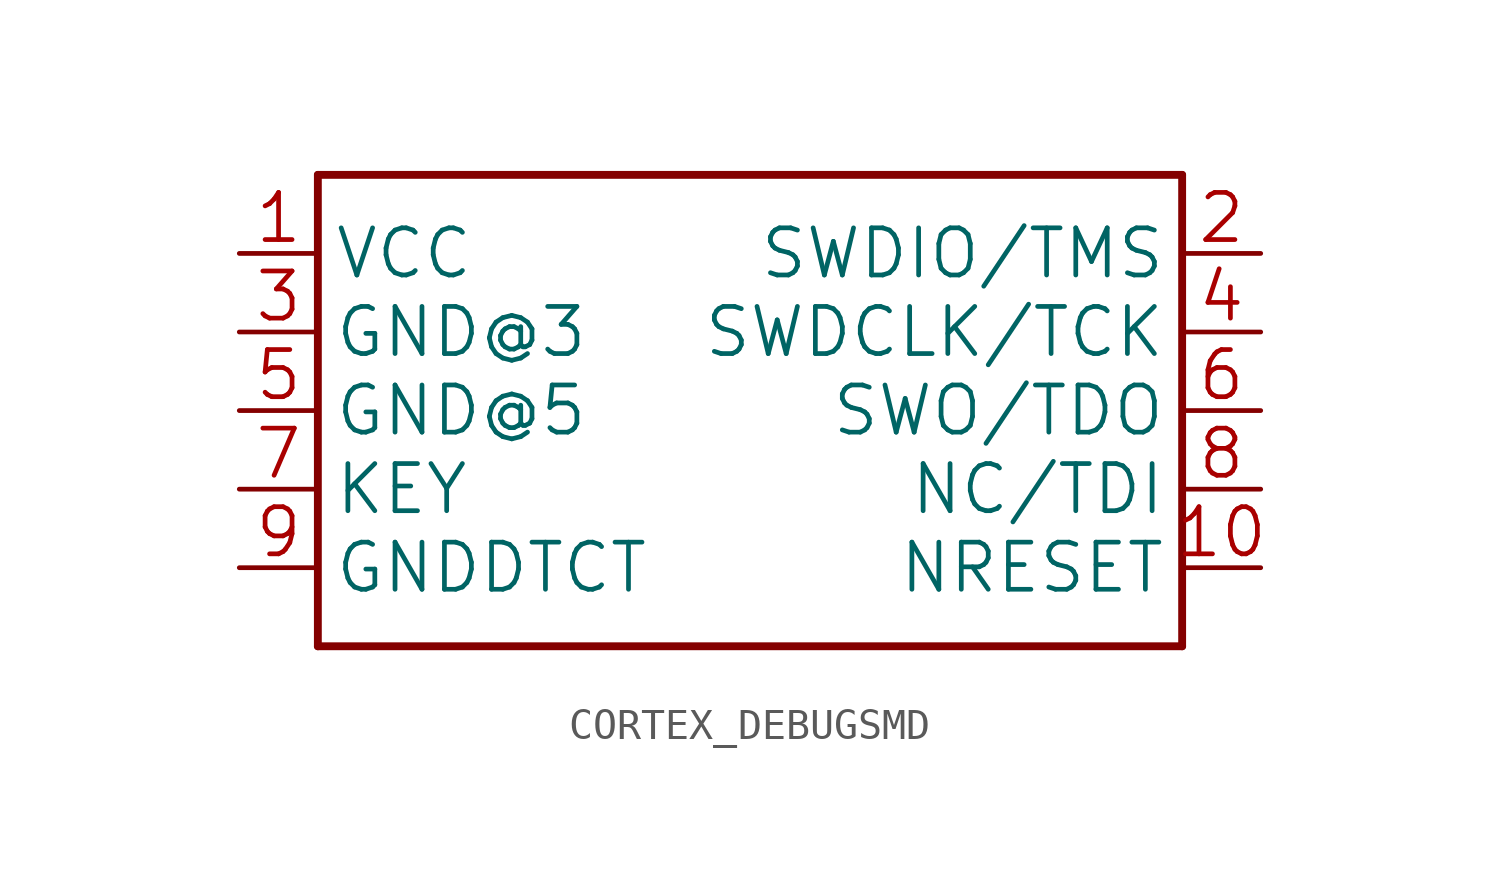
<source format=kicad_sym>
(kicad_symbol_lib
  (version 20241209)
  (generator "kicad_symbol_editor")
  (generator_version "9.0")
  (symbol "CORTEX_DEBUGSMD"
    (property "Reference" "JP"
      (at -12.7 7.874 0)
      (effects (font (size 1.778 1.511)) (justify left bottom) (hide yes)))
    (property "ki_locked" ""
      (at 0 0 0)
      (effects (font (size 1.27 1.27))))
    (symbol "CORTEX_DEBUGSMD_1_0"
      (polyline (pts (xy -12.7 7.62) (xy 15.24 7.62)) (stroke (width 0.254) (type solid)) (fill (type none)))
      (polyline (pts (xy -12.7 -7.62) (xy -12.7 7.62)) (stroke (width 0.254) (type solid)) (fill (type none)))
      (polyline (pts (xy 15.24 7.62) (xy 15.24 -7.62)) (stroke (width 0.254) (type solid)) (fill (type none)))
      (polyline (pts (xy 15.24 -7.62) (xy -12.7 -7.62)) (stroke (width 0.254) (type solid)) (fill (type none)))
      (pin bidirectional line (at -15.24 5.08 0) (length 2.54) (name "VCC" (effects (font (size 1.524 1.524)))) (number "1" (effects (font (size 1.524 1.524)))))
      (pin bidirectional line (at -15.24 2.54 0) (length 2.54) (name "GND@3" (effects (font (size 1.524 1.524)))) (number "3" (effects (font (size 1.524 1.524)))))
      (pin bidirectional line (at -15.24 0 0) (length 2.54) (name "GND@5" (effects (font (size 1.524 1.524)))) (number "5" (effects (font (size 1.524 1.524)))))
      (pin bidirectional line (at -15.24 -2.54 0) (length 2.54) (name "KEY" (effects (font (size 1.524 1.524)))) (number "7" (effects (font (size 1.524 1.524)))))
      (pin bidirectional line (at -15.24 -5.08 0) (length 2.54) (name "GNDDTCT" (effects (font (size 1.524 1.524)))) (number "9" (effects (font (size 1.524 1.524)))))
      (pin bidirectional line (at 17.78 5.08 180) (length 2.54) (name "SWDIO/TMS" (effects (font (size 1.524 1.524)))) (number "2" (effects (font (size 1.524 1.524)))))
      (pin bidirectional line (at 17.78 2.54 180) (length 2.54) (name "SWDCLK/TCK" (effects (font (size 1.524 1.524)))) (number "4" (effects (font (size 1.524 1.524)))))
      (pin bidirectional line (at 17.78 0 180) (length 2.54) (name "SWO/TDO" (effects (font (size 1.524 1.524)))) (number "6" (effects (font (size 1.524 1.524)))))
      (pin bidirectional line (at 17.78 -2.54 180) (length 2.54) (name "NC/TDI" (effects (font (size 1.524 1.524)))) (number "8" (effects (font (size 1.524 1.524)))))
      (pin bidirectional line (at 17.78 -5.08 180) (length 2.54) (name "NRESET" (effects (font (size 1.524 1.524)))) (number "10" (effects (font (size 1.524 1.524))))))))
</source>
